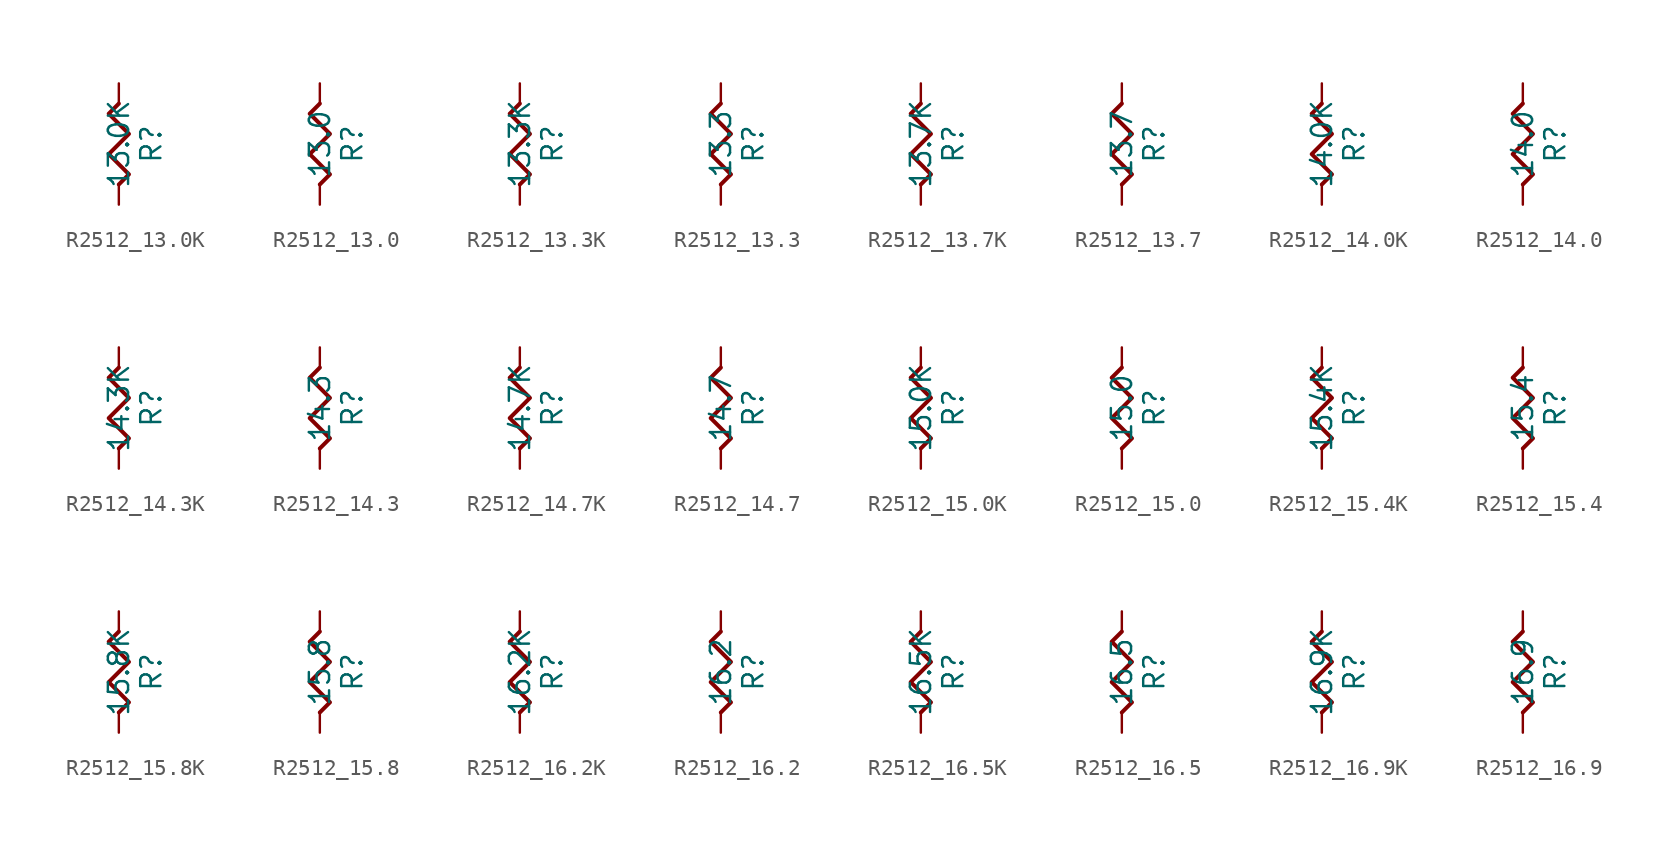
<source format=kicad_sym>
(kicad_symbol_lib
  (version 20211014)
  (generator atlantix-eda)
  (symbol "R2512_13.0K"
    (pin_numbers hide)
    (pin_names
      (offset 0))
    (property "Reference" "R"
      (at 2.032 0 90)
      (effects (font (size 1.27 1.27))))
    (property "Value" "13.0K"
      (at 0 0 90)
      (effects (font (size 1.27 1.27))))
    (symbol "R2512_13.0K_0_1"
      (polyline (pts (xy 0 -2.54) (xy 0.635 -1.905) (xy -0.635 -0.635) (xy 0.635 0.635) (xy -0.635 1.905) (xy 0 2.54)) (stroke (width 0.254) (type default) (color 0 0 0 0)) (fill (type none))))
    (symbol "R2512_13.0K_1_1"
      (pin passive line (at 0 3.81 270) (length 1.27) (name "~" (effects (font (size 1.27 1.27)))) (number "1" (effects (font (size 1.27 1.27)))))
      (pin passive line (at 0 -3.81 90) (length 1.27) (name "~" (effects (font (size 1.27 1.27)))) (number "2" (effects (font (size 1.27 1.27)))))))
  (symbol "R2512_13.0"
    (pin_numbers hide)
    (pin_names
      (offset 0))
    (property "Reference" "R"
      (at 2.032 0 90)
      (effects (font (size 1.27 1.27))))
    (property "Value" "13.0"
      (at 0 0 90)
      (effects (font (size 1.27 1.27))))
    (symbol "R2512_13.0_0_1"
      (polyline (pts (xy 0 -2.54) (xy 0.635 -1.905) (xy -0.635 -0.635) (xy 0.635 0.635) (xy -0.635 1.905) (xy 0 2.54)) (stroke (width 0.254) (type default) (color 0 0 0 0)) (fill (type none))))
    (symbol "R2512_13.0_1_1"
      (pin passive line (at 0 3.81 270) (length 1.27) (name "~" (effects (font (size 1.27 1.27)))) (number "1" (effects (font (size 1.27 1.27)))))
      (pin passive line (at 0 -3.81 90) (length 1.27) (name "~" (effects (font (size 1.27 1.27)))) (number "2" (effects (font (size 1.27 1.27)))))))
  (symbol "R2512_13.3K"
    (pin_numbers hide)
    (pin_names
      (offset 0))
    (property "Reference" "R"
      (at 2.032 0 90)
      (effects (font (size 1.27 1.27))))
    (property "Value" "13.3K"
      (at 0 0 90)
      (effects (font (size 1.27 1.27))))
    (symbol "R2512_13.3K_0_1"
      (polyline (pts (xy 0 -2.54) (xy 0.635 -1.905) (xy -0.635 -0.635) (xy 0.635 0.635) (xy -0.635 1.905) (xy 0 2.54)) (stroke (width 0.254) (type default) (color 0 0 0 0)) (fill (type none))))
    (symbol "R2512_13.3K_1_1"
      (pin passive line (at 0 3.81 270) (length 1.27) (name "~" (effects (font (size 1.27 1.27)))) (number "1" (effects (font (size 1.27 1.27)))))
      (pin passive line (at 0 -3.81 90) (length 1.27) (name "~" (effects (font (size 1.27 1.27)))) (number "2" (effects (font (size 1.27 1.27)))))))
  (symbol "R2512_13.3"
    (pin_numbers hide)
    (pin_names
      (offset 0))
    (property "Reference" "R"
      (at 2.032 0 90)
      (effects (font (size 1.27 1.27))))
    (property "Value" "13.3"
      (at 0 0 90)
      (effects (font (size 1.27 1.27))))
    (symbol "R2512_13.3_0_1"
      (polyline (pts (xy 0 -2.54) (xy 0.635 -1.905) (xy -0.635 -0.635) (xy 0.635 0.635) (xy -0.635 1.905) (xy 0 2.54)) (stroke (width 0.254) (type default) (color 0 0 0 0)) (fill (type none))))
    (symbol "R2512_13.3_1_1"
      (pin passive line (at 0 3.81 270) (length 1.27) (name "~" (effects (font (size 1.27 1.27)))) (number "1" (effects (font (size 1.27 1.27)))))
      (pin passive line (at 0 -3.81 90) (length 1.27) (name "~" (effects (font (size 1.27 1.27)))) (number "2" (effects (font (size 1.27 1.27)))))))
  (symbol "R2512_13.7K"
    (pin_numbers hide)
    (pin_names
      (offset 0))
    (property "Reference" "R"
      (at 2.032 0 90)
      (effects (font (size 1.27 1.27))))
    (property "Value" "13.7K"
      (at 0 0 90)
      (effects (font (size 1.27 1.27))))
    (symbol "R2512_13.7K_0_1"
      (polyline (pts (xy 0 -2.54) (xy 0.635 -1.905) (xy -0.635 -0.635) (xy 0.635 0.635) (xy -0.635 1.905) (xy 0 2.54)) (stroke (width 0.254) (type default) (color 0 0 0 0)) (fill (type none))))
    (symbol "R2512_13.7K_1_1"
      (pin passive line (at 0 3.81 270) (length 1.27) (name "~" (effects (font (size 1.27 1.27)))) (number "1" (effects (font (size 1.27 1.27)))))
      (pin passive line (at 0 -3.81 90) (length 1.27) (name "~" (effects (font (size 1.27 1.27)))) (number "2" (effects (font (size 1.27 1.27)))))))
  (symbol "R2512_13.7"
    (pin_numbers hide)
    (pin_names
      (offset 0))
    (property "Reference" "R"
      (at 2.032 0 90)
      (effects (font (size 1.27 1.27))))
    (property "Value" "13.7"
      (at 0 0 90)
      (effects (font (size 1.27 1.27))))
    (symbol "R2512_13.7_0_1"
      (polyline (pts (xy 0 -2.54) (xy 0.635 -1.905) (xy -0.635 -0.635) (xy 0.635 0.635) (xy -0.635 1.905) (xy 0 2.54)) (stroke (width 0.254) (type default) (color 0 0 0 0)) (fill (type none))))
    (symbol "R2512_13.7_1_1"
      (pin passive line (at 0 3.81 270) (length 1.27) (name "~" (effects (font (size 1.27 1.27)))) (number "1" (effects (font (size 1.27 1.27)))))
      (pin passive line (at 0 -3.81 90) (length 1.27) (name "~" (effects (font (size 1.27 1.27)))) (number "2" (effects (font (size 1.27 1.27)))))))
  (symbol "R2512_14.0K"
    (pin_numbers hide)
    (pin_names
      (offset 0))
    (property "Reference" "R"
      (at 2.032 0 90)
      (effects (font (size 1.27 1.27))))
    (property "Value" "14.0K"
      (at 0 0 90)
      (effects (font (size 1.27 1.27))))
    (symbol "R2512_14.0K_0_1"
      (polyline (pts (xy 0 -2.54) (xy 0.635 -1.905) (xy -0.635 -0.635) (xy 0.635 0.635) (xy -0.635 1.905) (xy 0 2.54)) (stroke (width 0.254) (type default) (color 0 0 0 0)) (fill (type none))))
    (symbol "R2512_14.0K_1_1"
      (pin passive line (at 0 3.81 270) (length 1.27) (name "~" (effects (font (size 1.27 1.27)))) (number "1" (effects (font (size 1.27 1.27)))))
      (pin passive line (at 0 -3.81 90) (length 1.27) (name "~" (effects (font (size 1.27 1.27)))) (number "2" (effects (font (size 1.27 1.27)))))))
  (symbol "R2512_14.0"
    (pin_numbers hide)
    (pin_names
      (offset 0))
    (property "Reference" "R"
      (at 2.032 0 90)
      (effects (font (size 1.27 1.27))))
    (property "Value" "14.0"
      (at 0 0 90)
      (effects (font (size 1.27 1.27))))
    (symbol "R2512_14.0_0_1"
      (polyline (pts (xy 0 -2.54) (xy 0.635 -1.905) (xy -0.635 -0.635) (xy 0.635 0.635) (xy -0.635 1.905) (xy 0 2.54)) (stroke (width 0.254) (type default) (color 0 0 0 0)) (fill (type none))))
    (symbol "R2512_14.0_1_1"
      (pin passive line (at 0 3.81 270) (length 1.27) (name "~" (effects (font (size 1.27 1.27)))) (number "1" (effects (font (size 1.27 1.27)))))
      (pin passive line (at 0 -3.81 90) (length 1.27) (name "~" (effects (font (size 1.27 1.27)))) (number "2" (effects (font (size 1.27 1.27)))))))
  (symbol "R2512_14.3K"
    (pin_numbers hide)
    (pin_names
      (offset 0))
    (property "Reference" "R"
      (at 2.032 0 90)
      (effects (font (size 1.27 1.27))))
    (property "Value" "14.3K"
      (at 0 0 90)
      (effects (font (size 1.27 1.27))))
    (symbol "R2512_14.3K_0_1"
      (polyline (pts (xy 0 -2.54) (xy 0.635 -1.905) (xy -0.635 -0.635) (xy 0.635 0.635) (xy -0.635 1.905) (xy 0 2.54)) (stroke (width 0.254) (type default) (color 0 0 0 0)) (fill (type none))))
    (symbol "R2512_14.3K_1_1"
      (pin passive line (at 0 3.81 270) (length 1.27) (name "~" (effects (font (size 1.27 1.27)))) (number "1" (effects (font (size 1.27 1.27)))))
      (pin passive line (at 0 -3.81 90) (length 1.27) (name "~" (effects (font (size 1.27 1.27)))) (number "2" (effects (font (size 1.27 1.27)))))))
  (symbol "R2512_14.3"
    (pin_numbers hide)
    (pin_names
      (offset 0))
    (property "Reference" "R"
      (at 2.032 0 90)
      (effects (font (size 1.27 1.27))))
    (property "Value" "14.3"
      (at 0 0 90)
      (effects (font (size 1.27 1.27))))
    (symbol "R2512_14.3_0_1"
      (polyline (pts (xy 0 -2.54) (xy 0.635 -1.905) (xy -0.635 -0.635) (xy 0.635 0.635) (xy -0.635 1.905) (xy 0 2.54)) (stroke (width 0.254) (type default) (color 0 0 0 0)) (fill (type none))))
    (symbol "R2512_14.3_1_1"
      (pin passive line (at 0 3.81 270) (length 1.27) (name "~" (effects (font (size 1.27 1.27)))) (number "1" (effects (font (size 1.27 1.27)))))
      (pin passive line (at 0 -3.81 90) (length 1.27) (name "~" (effects (font (size 1.27 1.27)))) (number "2" (effects (font (size 1.27 1.27)))))))
  (symbol "R2512_14.7K"
    (pin_numbers hide)
    (pin_names
      (offset 0))
    (property "Reference" "R"
      (at 2.032 0 90)
      (effects (font (size 1.27 1.27))))
    (property "Value" "14.7K"
      (at 0 0 90)
      (effects (font (size 1.27 1.27))))
    (symbol "R2512_14.7K_0_1"
      (polyline (pts (xy 0 -2.54) (xy 0.635 -1.905) (xy -0.635 -0.635) (xy 0.635 0.635) (xy -0.635 1.905) (xy 0 2.54)) (stroke (width 0.254) (type default) (color 0 0 0 0)) (fill (type none))))
    (symbol "R2512_14.7K_1_1"
      (pin passive line (at 0 3.81 270) (length 1.27) (name "~" (effects (font (size 1.27 1.27)))) (number "1" (effects (font (size 1.27 1.27)))))
      (pin passive line (at 0 -3.81 90) (length 1.27) (name "~" (effects (font (size 1.27 1.27)))) (number "2" (effects (font (size 1.27 1.27)))))))
  (symbol "R2512_14.7"
    (pin_numbers hide)
    (pin_names
      (offset 0))
    (property "Reference" "R"
      (at 2.032 0 90)
      (effects (font (size 1.27 1.27))))
    (property "Value" "14.7"
      (at 0 0 90)
      (effects (font (size 1.27 1.27))))
    (symbol "R2512_14.7_0_1"
      (polyline (pts (xy 0 -2.54) (xy 0.635 -1.905) (xy -0.635 -0.635) (xy 0.635 0.635) (xy -0.635 1.905) (xy 0 2.54)) (stroke (width 0.254) (type default) (color 0 0 0 0)) (fill (type none))))
    (symbol "R2512_14.7_1_1"
      (pin passive line (at 0 3.81 270) (length 1.27) (name "~" (effects (font (size 1.27 1.27)))) (number "1" (effects (font (size 1.27 1.27)))))
      (pin passive line (at 0 -3.81 90) (length 1.27) (name "~" (effects (font (size 1.27 1.27)))) (number "2" (effects (font (size 1.27 1.27)))))))
  (symbol "R2512_15.0K"
    (pin_numbers hide)
    (pin_names
      (offset 0))
    (property "Reference" "R"
      (at 2.032 0 90)
      (effects (font (size 1.27 1.27))))
    (property "Value" "15.0K"
      (at 0 0 90)
      (effects (font (size 1.27 1.27))))
    (symbol "R2512_15.0K_0_1"
      (polyline (pts (xy 0 -2.54) (xy 0.635 -1.905) (xy -0.635 -0.635) (xy 0.635 0.635) (xy -0.635 1.905) (xy 0 2.54)) (stroke (width 0.254) (type default) (color 0 0 0 0)) (fill (type none))))
    (symbol "R2512_15.0K_1_1"
      (pin passive line (at 0 3.81 270) (length 1.27) (name "~" (effects (font (size 1.27 1.27)))) (number "1" (effects (font (size 1.27 1.27)))))
      (pin passive line (at 0 -3.81 90) (length 1.27) (name "~" (effects (font (size 1.27 1.27)))) (number "2" (effects (font (size 1.27 1.27)))))))
  (symbol "R2512_15.0"
    (pin_numbers hide)
    (pin_names
      (offset 0))
    (property "Reference" "R"
      (at 2.032 0 90)
      (effects (font (size 1.27 1.27))))
    (property "Value" "15.0"
      (at 0 0 90)
      (effects (font (size 1.27 1.27))))
    (symbol "R2512_15.0_0_1"
      (polyline (pts (xy 0 -2.54) (xy 0.635 -1.905) (xy -0.635 -0.635) (xy 0.635 0.635) (xy -0.635 1.905) (xy 0 2.54)) (stroke (width 0.254) (type default) (color 0 0 0 0)) (fill (type none))))
    (symbol "R2512_15.0_1_1"
      (pin passive line (at 0 3.81 270) (length 1.27) (name "~" (effects (font (size 1.27 1.27)))) (number "1" (effects (font (size 1.27 1.27)))))
      (pin passive line (at 0 -3.81 90) (length 1.27) (name "~" (effects (font (size 1.27 1.27)))) (number "2" (effects (font (size 1.27 1.27)))))))
  (symbol "R2512_15.4K"
    (pin_numbers hide)
    (pin_names
      (offset 0))
    (property "Reference" "R"
      (at 2.032 0 90)
      (effects (font (size 1.27 1.27))))
    (property "Value" "15.4K"
      (at 0 0 90)
      (effects (font (size 1.27 1.27))))
    (symbol "R2512_15.4K_0_1"
      (polyline (pts (xy 0 -2.54) (xy 0.635 -1.905) (xy -0.635 -0.635) (xy 0.635 0.635) (xy -0.635 1.905) (xy 0 2.54)) (stroke (width 0.254) (type default) (color 0 0 0 0)) (fill (type none))))
    (symbol "R2512_15.4K_1_1"
      (pin passive line (at 0 3.81 270) (length 1.27) (name "~" (effects (font (size 1.27 1.27)))) (number "1" (effects (font (size 1.27 1.27)))))
      (pin passive line (at 0 -3.81 90) (length 1.27) (name "~" (effects (font (size 1.27 1.27)))) (number "2" (effects (font (size 1.27 1.27)))))))
  (symbol "R2512_15.4"
    (pin_numbers hide)
    (pin_names
      (offset 0))
    (property "Reference" "R"
      (at 2.032 0 90)
      (effects (font (size 1.27 1.27))))
    (property "Value" "15.4"
      (at 0 0 90)
      (effects (font (size 1.27 1.27))))
    (symbol "R2512_15.4_0_1"
      (polyline (pts (xy 0 -2.54) (xy 0.635 -1.905) (xy -0.635 -0.635) (xy 0.635 0.635) (xy -0.635 1.905) (xy 0 2.54)) (stroke (width 0.254) (type default) (color 0 0 0 0)) (fill (type none))))
    (symbol "R2512_15.4_1_1"
      (pin passive line (at 0 3.81 270) (length 1.27) (name "~" (effects (font (size 1.27 1.27)))) (number "1" (effects (font (size 1.27 1.27)))))
      (pin passive line (at 0 -3.81 90) (length 1.27) (name "~" (effects (font (size 1.27 1.27)))) (number "2" (effects (font (size 1.27 1.27)))))))
  (symbol "R2512_15.8K"
    (pin_numbers hide)
    (pin_names
      (offset 0))
    (property "Reference" "R"
      (at 2.032 0 90)
      (effects (font (size 1.27 1.27))))
    (property "Value" "15.8K"
      (at 0 0 90)
      (effects (font (size 1.27 1.27))))
    (symbol "R2512_15.8K_0_1"
      (polyline (pts (xy 0 -2.54) (xy 0.635 -1.905) (xy -0.635 -0.635) (xy 0.635 0.635) (xy -0.635 1.905) (xy 0 2.54)) (stroke (width 0.254) (type default) (color 0 0 0 0)) (fill (type none))))
    (symbol "R2512_15.8K_1_1"
      (pin passive line (at 0 3.81 270) (length 1.27) (name "~" (effects (font (size 1.27 1.27)))) (number "1" (effects (font (size 1.27 1.27)))))
      (pin passive line (at 0 -3.81 90) (length 1.27) (name "~" (effects (font (size 1.27 1.27)))) (number "2" (effects (font (size 1.27 1.27)))))))
  (symbol "R2512_15.8"
    (pin_numbers hide)
    (pin_names
      (offset 0))
    (property "Reference" "R"
      (at 2.032 0 90)
      (effects (font (size 1.27 1.27))))
    (property "Value" "15.8"
      (at 0 0 90)
      (effects (font (size 1.27 1.27))))
    (symbol "R2512_15.8_0_1"
      (polyline (pts (xy 0 -2.54) (xy 0.635 -1.905) (xy -0.635 -0.635) (xy 0.635 0.635) (xy -0.635 1.905) (xy 0 2.54)) (stroke (width 0.254) (type default) (color 0 0 0 0)) (fill (type none))))
    (symbol "R2512_15.8_1_1"
      (pin passive line (at 0 3.81 270) (length 1.27) (name "~" (effects (font (size 1.27 1.27)))) (number "1" (effects (font (size 1.27 1.27)))))
      (pin passive line (at 0 -3.81 90) (length 1.27) (name "~" (effects (font (size 1.27 1.27)))) (number "2" (effects (font (size 1.27 1.27)))))))
  (symbol "R2512_16.2K"
    (pin_numbers hide)
    (pin_names
      (offset 0))
    (property "Reference" "R"
      (at 2.032 0 90)
      (effects (font (size 1.27 1.27))))
    (property "Value" "16.2K"
      (at 0 0 90)
      (effects (font (size 1.27 1.27))))
    (symbol "R2512_16.2K_0_1"
      (polyline (pts (xy 0 -2.54) (xy 0.635 -1.905) (xy -0.635 -0.635) (xy 0.635 0.635) (xy -0.635 1.905) (xy 0 2.54)) (stroke (width 0.254) (type default) (color 0 0 0 0)) (fill (type none))))
    (symbol "R2512_16.2K_1_1"
      (pin passive line (at 0 3.81 270) (length 1.27) (name "~" (effects (font (size 1.27 1.27)))) (number "1" (effects (font (size 1.27 1.27)))))
      (pin passive line (at 0 -3.81 90) (length 1.27) (name "~" (effects (font (size 1.27 1.27)))) (number "2" (effects (font (size 1.27 1.27)))))))
  (symbol "R2512_16.2"
    (pin_numbers hide)
    (pin_names
      (offset 0))
    (property "Reference" "R"
      (at 2.032 0 90)
      (effects (font (size 1.27 1.27))))
    (property "Value" "16.2"
      (at 0 0 90)
      (effects (font (size 1.27 1.27))))
    (symbol "R2512_16.2_0_1"
      (polyline (pts (xy 0 -2.54) (xy 0.635 -1.905) (xy -0.635 -0.635) (xy 0.635 0.635) (xy -0.635 1.905) (xy 0 2.54)) (stroke (width 0.254) (type default) (color 0 0 0 0)) (fill (type none))))
    (symbol "R2512_16.2_1_1"
      (pin passive line (at 0 3.81 270) (length 1.27) (name "~" (effects (font (size 1.27 1.27)))) (number "1" (effects (font (size 1.27 1.27)))))
      (pin passive line (at 0 -3.81 90) (length 1.27) (name "~" (effects (font (size 1.27 1.27)))) (number "2" (effects (font (size 1.27 1.27)))))))
  (symbol "R2512_16.5K"
    (pin_numbers hide)
    (pin_names
      (offset 0))
    (property "Reference" "R"
      (at 2.032 0 90)
      (effects (font (size 1.27 1.27))))
    (property "Value" "16.5K"
      (at 0 0 90)
      (effects (font (size 1.27 1.27))))
    (symbol "R2512_16.5K_0_1"
      (polyline (pts (xy 0 -2.54) (xy 0.635 -1.905) (xy -0.635 -0.635) (xy 0.635 0.635) (xy -0.635 1.905) (xy 0 2.54)) (stroke (width 0.254) (type default) (color 0 0 0 0)) (fill (type none))))
    (symbol "R2512_16.5K_1_1"
      (pin passive line (at 0 3.81 270) (length 1.27) (name "~" (effects (font (size 1.27 1.27)))) (number "1" (effects (font (size 1.27 1.27)))))
      (pin passive line (at 0 -3.81 90) (length 1.27) (name "~" (effects (font (size 1.27 1.27)))) (number "2" (effects (font (size 1.27 1.27)))))))
  (symbol "R2512_16.5"
    (pin_numbers hide)
    (pin_names
      (offset 0))
    (property "Reference" "R"
      (at 2.032 0 90)
      (effects (font (size 1.27 1.27))))
    (property "Value" "16.5"
      (at 0 0 90)
      (effects (font (size 1.27 1.27))))
    (symbol "R2512_16.5_0_1"
      (polyline (pts (xy 0 -2.54) (xy 0.635 -1.905) (xy -0.635 -0.635) (xy 0.635 0.635) (xy -0.635 1.905) (xy 0 2.54)) (stroke (width 0.254) (type default) (color 0 0 0 0)) (fill (type none))))
    (symbol "R2512_16.5_1_1"
      (pin passive line (at 0 3.81 270) (length 1.27) (name "~" (effects (font (size 1.27 1.27)))) (number "1" (effects (font (size 1.27 1.27)))))
      (pin passive line (at 0 -3.81 90) (length 1.27) (name "~" (effects (font (size 1.27 1.27)))) (number "2" (effects (font (size 1.27 1.27)))))))
  (symbol "R2512_16.9K"
    (pin_numbers hide)
    (pin_names
      (offset 0))
    (property "Reference" "R"
      (at 2.032 0 90)
      (effects (font (size 1.27 1.27))))
    (property "Value" "16.9K"
      (at 0 0 90)
      (effects (font (size 1.27 1.27))))
    (symbol "R2512_16.9K_0_1"
      (polyline (pts (xy 0 -2.54) (xy 0.635 -1.905) (xy -0.635 -0.635) (xy 0.635 0.635) (xy -0.635 1.905) (xy 0 2.54)) (stroke (width 0.254) (type default) (color 0 0 0 0)) (fill (type none))))
    (symbol "R2512_16.9K_1_1"
      (pin passive line (at 0 3.81 270) (length 1.27) (name "~" (effects (font (size 1.27 1.27)))) (number "1" (effects (font (size 1.27 1.27)))))
      (pin passive line (at 0 -3.81 90) (length 1.27) (name "~" (effects (font (size 1.27 1.27)))) (number "2" (effects (font (size 1.27 1.27)))))))
  (symbol "R2512_16.9"
    (pin_numbers hide)
    (pin_names
      (offset 0))
    (property "Reference" "R"
      (at 2.032 0 90)
      (effects (font (size 1.27 1.27))))
    (property "Value" "16.9"
      (at 0 0 90)
      (effects (font (size 1.27 1.27))))
    (symbol "R2512_16.9_0_1"
      (polyline (pts (xy 0 -2.54) (xy 0.635 -1.905) (xy -0.635 -0.635) (xy 0.635 0.635) (xy -0.635 1.905) (xy 0 2.54)) (stroke (width 0.254) (type default) (color 0 0 0 0)) (fill (type none))))
    (symbol "R2512_16.9_1_1"
      (pin passive line (at 0 3.81 270) (length 1.27) (name "~" (effects (font (size 1.27 1.27)))) (number "1" (effects (font (size 1.27 1.27)))))
      (pin passive line (at 0 -3.81 90) (length 1.27) (name "~" (effects (font (size 1.27 1.27)))) (number "2" (effects (font (size 1.27 1.27))))))))
</source>
